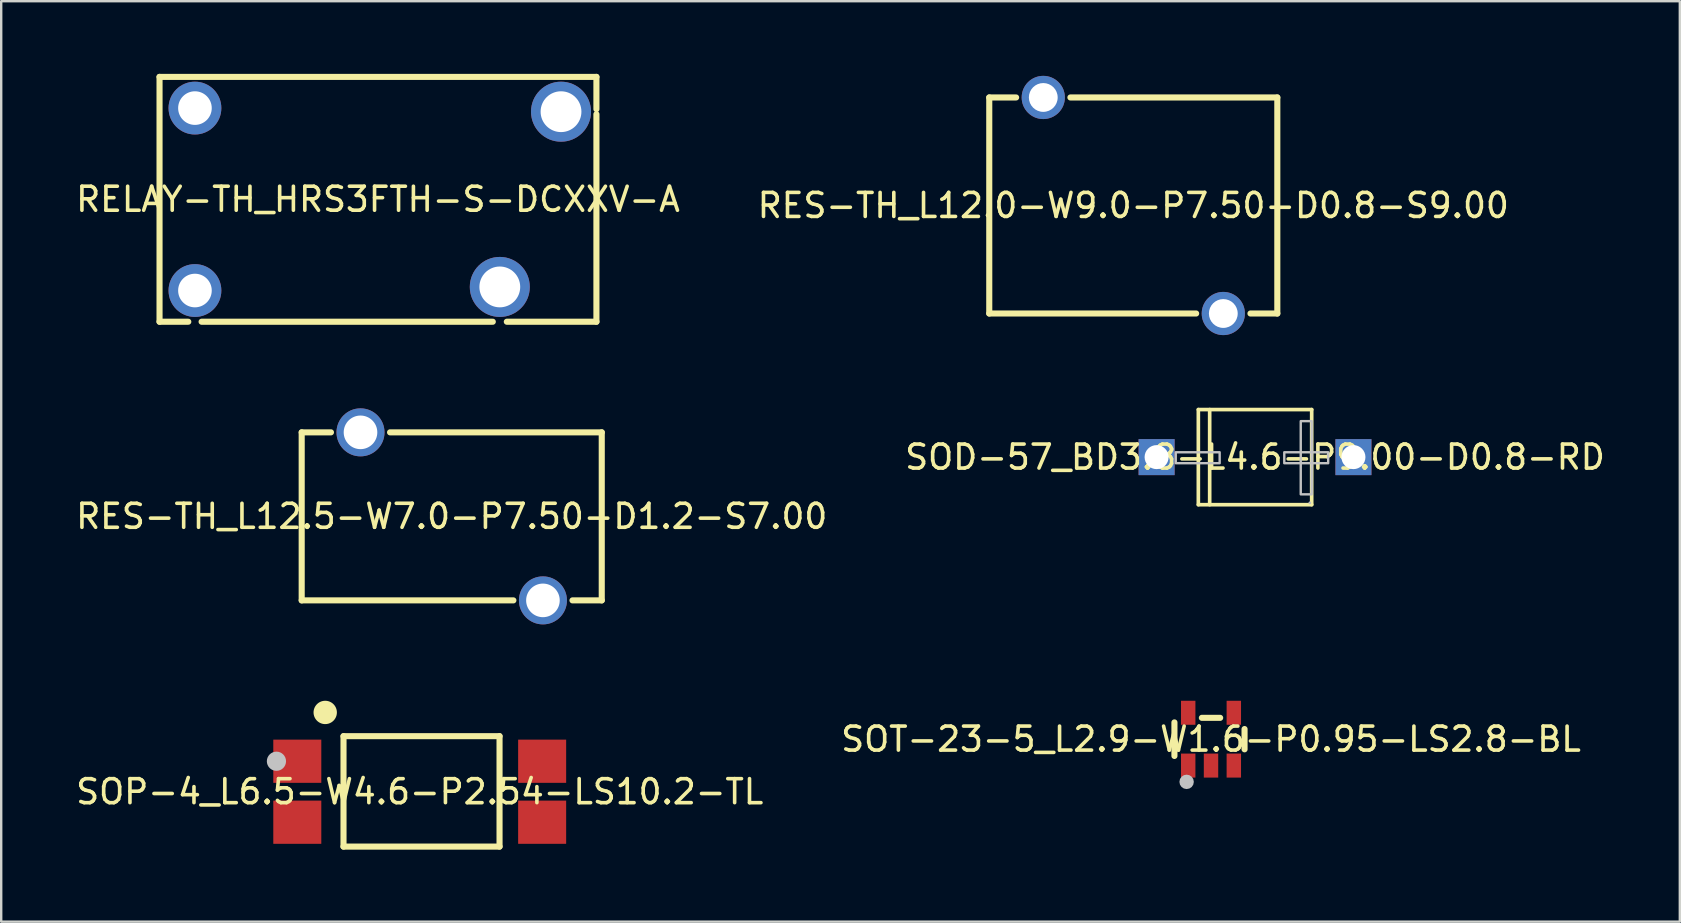
<source format=kicad_pcb>
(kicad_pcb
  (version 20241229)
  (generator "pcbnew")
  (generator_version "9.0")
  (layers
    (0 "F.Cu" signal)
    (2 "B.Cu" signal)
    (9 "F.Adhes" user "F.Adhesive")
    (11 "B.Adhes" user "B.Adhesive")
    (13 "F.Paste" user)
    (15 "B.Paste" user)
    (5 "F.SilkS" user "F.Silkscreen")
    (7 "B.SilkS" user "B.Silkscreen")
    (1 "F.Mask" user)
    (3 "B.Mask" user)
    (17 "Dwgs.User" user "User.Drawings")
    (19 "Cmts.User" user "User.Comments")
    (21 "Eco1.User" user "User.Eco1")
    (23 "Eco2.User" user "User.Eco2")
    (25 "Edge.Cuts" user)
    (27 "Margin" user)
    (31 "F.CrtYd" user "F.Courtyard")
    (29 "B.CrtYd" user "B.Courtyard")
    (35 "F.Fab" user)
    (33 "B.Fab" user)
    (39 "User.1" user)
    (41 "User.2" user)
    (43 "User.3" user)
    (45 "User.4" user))
  (footprint "RES-TH_L12.0-W9.0-P7.50-D0.8-S9.00"
    (layer "F.Cu")
    (at 44.161 5.51)
    (property "Reference" "RES-TH_L12.0-W9.0-P7.50-D0.8-S9.00" (at 0 0 0) (layer "F.SilkS") (effects (font (size 1 1) (thickness 0.15))))
    (fp_line (start -6 -4.5) (end -4.881 -4.5) (stroke (width 0.254) (type default)) (layer "F.SilkS"))
    (fp_line (start -6 4.5) (end -6 -4.5) (stroke (width 0.254) (type default)) (layer "F.SilkS"))
    (fp_line (start -2.619 -4.5) (end 6 -4.5) (stroke (width 0.254) (type default)) (layer "F.SilkS"))
    (fp_line (start 2.619 4.5) (end -6 4.5) (stroke (width 0.254) (type default)) (layer "F.SilkS"))
    (fp_line (start 6 -4.5) (end 6 4.5) (stroke (width 0.254) (type default)) (layer "F.SilkS"))
    (fp_line (start 6 4.5) (end 4.881 4.5) (stroke (width 0.254) (type default)) (layer "F.SilkS"))
    (fp_poly (pts (xy -3.25 -4.5) (xy -3.27 -4.641) (xy -3.329 -4.77) (xy -3.423 -4.878) (xy -3.542 -4.955) (xy -3.679 -4.995) (xy -3.821 -4.995) (xy -3.958 -4.955) (xy -4.077 -4.878) (xy -4.171 -4.77) (xy -4.23 -4.641) (xy -4.25 -4.5) (xy -4.23 -4.359) (xy -4.171 -4.23) (xy -4.077 -4.122) (xy -3.958 -4.045) (xy -3.821 -4.005) (xy -3.679 -4.005) (xy -3.542 -4.045) (xy -3.423 -4.122) (xy -3.329 -4.23) (xy -3.27 -4.359)) (stroke (width 0.1) (type default)) (fill no) (layer "User.1"))
    (fp_poly (pts (xy 4.25 4.5) (xy 4.23 4.359) (xy 4.171 4.23) (xy 4.077 4.122) (xy 3.958 4.045) (xy 3.821 4.005) (xy 3.679 4.005) (xy 3.542 4.045) (xy 3.423 4.122) (xy 3.329 4.23) (xy 3.27 4.359) (xy 3.25 4.5) (xy 3.27 4.641) (xy 3.329 4.77) (xy 3.423 4.878) (xy 3.542 4.955) (xy 3.679 4.995) (xy 3.821 4.995) (xy 3.958 4.955) (xy 4.077 4.878) (xy 4.171 4.77) (xy 4.23 4.641)) (stroke (width 0.1) (type default)) (fill no) (layer "User.1"))
    (fp_line (start -6.127 -5.4) (end 6.127 -5.4) (stroke (width 0.051) (type default)) (layer "User.2"))
    (fp_line (start -6.127 5.4) (end -6.127 -5.4) (stroke (width 0.051) (type default)) (layer "User.2"))
    (fp_line (start 6.127 -5.4) (end 6.127 5.4) (stroke (width 0.051) (type default)) (layer "User.2"))
    (fp_line (start 6.127 5.4) (end -6.127 5.4) (stroke (width 0.051) (type default)) (layer "User.2"))
    (fp_poly (pts (xy -6.067 -5.4) (xy -6.085 -5.442) (xy -6.127 -5.46) (xy -6.169 -5.442) (xy -6.187 -5.4) (xy -6.169 -5.358) (xy -6.127 -5.34) (xy -6.085 -5.358)) (stroke (width 0.1) (type default)) (fill no) (layer "User.3"))
    (pad "1" thru_hole circle (at -3.75 -4.5) (size 1.8 1.8) (drill 1.2) (layers "*.Cu" "*.Mask"))
    (pad "2" thru_hole circle (at 3.75 4.5) (size 1.8 1.8) (drill 1.2) (layers "*.Cu" "*.Mask")))
  (footprint "RELAY-TH_HRS3FTH-S-DCXXV-A"
    (layer "F.Cu")
    (at 12.696 5.253)
    (property "Reference" "RELAY-TH_HRS3FTH-S-DCXXV-A" (at 0 0 0) (layer "F.SilkS") (effects (font (size 1 1) (thickness 0.15))))
    (fp_line (start -9.1 -5.1) (end -9.1 5.1) (stroke (width 0.254) (type default)) (layer "F.SilkS"))
    (fp_line (start -9.1 -5.1) (end 9.1 -5.1) (stroke (width 0.254) (type default)) (layer "F.SilkS"))
    (fp_line (start -9.1 5.1) (end -7.902 5.1) (stroke (width 0.254) (type default)) (layer "F.SilkS"))
    (fp_line (start -7.348 5.1) (end 4.783 5.1) (stroke (width 0.254) (type default)) (layer "F.SilkS"))
    (fp_line (start 5.367 5.1) (end 9.1 5.1) (stroke (width 0.254) (type default)) (layer "F.SilkS"))
    (fp_line (start 9.1 -5.1) (end 9.1 -3.755) (stroke (width 0.254) (type default)) (layer "F.SilkS"))
    (fp_line (start 9.1 -3.545) (end 9.1 5.1) (stroke (width 0.254) (type default)) (layer "F.SilkS"))
    (fp_poly (pts (xy -7.025 -3.8) (xy -7.045 -3.955) (xy -7.105 -4.1) (xy -7.201 -4.224) (xy -7.325 -4.32) (xy -7.47 -4.38) (xy -7.625 -4.4) (xy -7.78 -4.38) (xy -7.925 -4.32) (xy -8.049 -4.224) (xy -8.145 -4.1) (xy -8.205 -3.955) (xy -8.225 -3.8) (xy -8.205 -3.645) (xy -8.145 -3.5) (xy -8.049 -3.376) (xy -7.925 -3.28) (xy -7.78 -3.22) (xy -7.625 -3.2) (xy -7.47 -3.22) (xy -7.325 -3.28) (xy -7.201 -3.376) (xy -7.105 -3.5) (xy -7.045 -3.645)) (stroke (width 0.1) (type default)) (fill no) (layer "User.1"))
    (fp_poly (pts (xy -7.025 3.8) (xy -7.045 3.645) (xy -7.105 3.5) (xy -7.201 3.376) (xy -7.325 3.28) (xy -7.47 3.22) (xy -7.625 3.2) (xy -7.78 3.22) (xy -7.925 3.28) (xy -8.049 3.376) (xy -8.145 3.5) (xy -8.205 3.645) (xy -8.225 3.8) (xy -8.205 3.955) (xy -8.145 4.1) (xy -8.049 4.224) (xy -7.925 4.32) (xy -7.78 4.38) (xy -7.625 4.4) (xy -7.47 4.38) (xy -7.325 4.32) (xy -7.201 4.224) (xy -7.105 4.1) (xy -7.045 3.955)) (stroke (width 0.1) (type default)) (fill no) (layer "User.1"))
    (fp_poly (pts (xy 5.825 3.65) (xy 5.806 3.483) (xy 5.751 3.325) (xy 5.661 3.182) (xy 5.543 3.064) (xy 5.4 2.974) (xy 5.242 2.919) (xy 5.075 2.9) (xy 4.908 2.919) (xy 4.75 2.974) (xy 4.607 3.064) (xy 4.489 3.182) (xy 4.399 3.325) (xy 4.344 3.483) (xy 4.325 3.65) (xy 4.344 3.817) (xy 4.399 3.975) (xy 4.489 4.118) (xy 4.607 4.236) (xy 4.75 4.326) (xy 4.908 4.381) (xy 5.075 4.4) (xy 5.242 4.381) (xy 5.4 4.326) (xy 5.543 4.236) (xy 5.661 4.118) (xy 5.751 3.975) (xy 5.806 3.817)) (stroke (width 0.1) (type default)) (fill no) (layer "User.1"))
    (fp_poly (pts (xy 8.375 -3.65) (xy 8.356 -3.817) (xy 8.301 -3.975) (xy 8.211 -4.118) (xy 8.093 -4.236) (xy 7.95 -4.326) (xy 7.792 -4.381) (xy 7.625 -4.4) (xy 7.458 -4.381) (xy 7.3 -4.326) (xy 7.157 -4.236) (xy 7.039 -4.118) (xy 6.949 -3.975) (xy 6.894 -3.817) (xy 6.875 -3.65) (xy 6.894 -3.483) (xy 6.949 -3.325) (xy 7.039 -3.182) (xy 7.157 -3.064) (xy 7.3 -2.974) (xy 7.458 -2.919) (xy 7.625 -2.9) (xy 7.792 -2.919) (xy 7.95 -2.974) (xy 8.093 -3.064) (xy 8.211 -3.182) (xy 8.301 -3.325) (xy 8.356 -3.483)) (stroke (width 0.1) (type default)) (fill no) (layer "User.1"))
    (fp_line (start -9.227 -5.227) (end 9.227 -5.227) (stroke (width 0.051) (type default)) (layer "User.2"))
    (fp_line (start -9.227 5.227) (end -9.227 -5.227) (stroke (width 0.051) (type default)) (layer "User.2"))
    (fp_line (start 9.227 -5.227) (end 9.227 5.227) (stroke (width 0.051) (type default)) (layer "User.2"))
    (fp_line (start 9.227 5.227) (end -9.227 5.227) (stroke (width 0.051) (type default)) (layer "User.2"))
    (fp_poly (pts (xy -9.167 5.227) (xy -9.185 5.185) (xy -9.227 5.167) (xy -9.269 5.185) (xy -9.287 5.227) (xy -9.269 5.269) (xy -9.227 5.287) (xy -9.185 5.269)) (stroke (width 0.1) (type default)) (fill no) (layer "User.3"))
    (pad "1" thru_hole circle (at -7.625 3.8) (size 2.2 2.2) (drill 1.4) (layers "*.Cu" "*.Mask"))
    (pad "2" thru_hole circle (at 5.075 3.65) (size 2.5 2.5) (drill 1.7) (layers "*.Cu" "*.Mask"))
    (pad "3" thru_hole circle (at 7.625 -3.65) (size 2.5 2.5) (drill 1.7) (layers "*.Cu" "*.Mask"))
    (pad "4" thru_hole circle (at -7.625 -3.8) (size 2.2 2.2) (drill 1.4) (layers "*.Cu" "*.Mask")))
  (footprint "SOP-4_L6.5-W4.6-P2.54-LS10.2-TL"
    (layer "F.Cu")
    (at 14.435 29.932)
    (property "Reference" "SOP-4_L6.5-W4.6-P2.54-LS10.2-TL" (at 0 0 0) (layer "F.SilkS") (effects (font (size 1 1) (thickness 0.15))))
    (fp_line (start -3.175 -2.314) (end 3.325 -2.314) (stroke (width 0.254) (type default)) (layer "F.SilkS"))
    (fp_line (start -3.175 2.286) (end -3.175 -2.314) (stroke (width 0.254) (type default)) (layer "F.SilkS"))
    (fp_line (start 3.325 -2.314) (end 3.325 2.286) (stroke (width 0.254) (type default)) (layer "F.SilkS"))
    (fp_line (start 3.325 2.286) (end -3.175 2.286) (stroke (width 0.254) (type default)) (layer "F.SilkS"))
    (fp_poly (pts (arc (start -4.423 -3.302) (mid -3.450999 -3.30275) (end -4.423 -3.3045))) (stroke (width 0) (type default)) (fill yes) (layer "F.SilkS"))
    (fp_circle (center -5.969 -1.27) (end -5.769 -1.27) (stroke (width 0.4) (type default)) (fill no) (layer "Dwgs.User"))
    (fp_poly (pts (xy -4.55 -0.545) (xy -5.15 -0.545) (xy -5.15 -1.995) (xy -4.55 -1.995)) (stroke (width 0.1) (type default)) (fill no) (layer "User.1"))
    (fp_poly (pts (xy -4.55 1.995) (xy -5.15 1.995) (xy -5.15 0.545) (xy -4.55 0.545)) (stroke (width 0.1) (type default)) (fill no) (layer "User.1"))
    (fp_poly (pts (xy -3.24 -0.545) (xy -4.56 -0.545) (xy -4.56 -1.995) (xy -3.24 -1.995)) (stroke (width 0.1) (type default)) (fill no) (layer "User.1"))
    (fp_poly (pts (xy -3.24 1.995) (xy -4.56 1.995) (xy -4.56 0.545) (xy -3.24 0.545)) (stroke (width 0.1) (type default)) (fill no) (layer "User.1"))
    (fp_poly (pts (xy 4.56 -0.545) (xy 3.24 -0.545) (xy 3.24 -1.995) (xy 4.56 -1.995)) (stroke (width 0.1) (type default)) (fill no) (layer "User.1"))
    (fp_poly (pts (xy 4.56 1.995) (xy 3.24 1.995) (xy 3.24 0.545) (xy 4.56 0.545)) (stroke (width 0.1) (type default)) (fill no) (layer "User.1"))
    (fp_poly (pts (xy 5.15 -0.545) (xy 4.55 -0.545) (xy 4.55 -1.995) (xy 5.15 -1.995)) (stroke (width 0.1) (type default)) (fill no) (layer "User.1"))
    (fp_poly (pts (xy 5.15 1.995) (xy 4.55 1.995) (xy 4.55 0.545) (xy 5.15 0.545)) (stroke (width 0.1) (type default)) (fill no) (layer "User.1"))
    (fp_line (start -3.25 -2.29) (end 3.25 -2.29) (stroke (width 0.051) (type default)) (layer "User.2"))
    (fp_line (start -3.25 2.29) (end -3.25 -2.29) (stroke (width 0.051) (type default)) (layer "User.2"))
    (fp_line (start 3.25 -2.29) (end 3.25 2.29) (stroke (width 0.051) (type default)) (layer "User.2"))
    (fp_line (start 3.25 2.29) (end -3.25 2.29) (stroke (width 0.051) (type default)) (layer "User.2"))
    (fp_poly (pts (xy -4.769 -2.163) (xy -4.788 -2.26) (xy -4.843 -2.343) (xy -4.926 -2.398) (xy -5.023 -2.417) (xy -5.12 -2.398) (xy -5.203 -2.343) (xy -5.258 -2.26) (xy -5.277 -2.163) (xy -5.258 -2.066) (xy -5.203 -1.983) (xy -5.12 -1.928) (xy -5.023 -1.909) (xy -4.926 -1.928) (xy -4.843 -1.983) (xy -4.788 -2.066)) (stroke (width 0.1) (type default)) (fill no) (layer "User.3"))
    (pad "1" smd rect (at -5.1 -1.27 270) (size 1.8 2) (layers "F.Cu" "F.Mask" "F.Paste"))
    (pad "2" smd rect (at -5.1 1.27 270) (size 1.8 2) (layers "F.Cu" "F.Mask" "F.Paste"))
    (pad "3" smd rect (at 5.1 1.27 270) (size 1.8 2) (layers "F.Cu" "F.Mask" "F.Paste"))
    (pad "4" smd rect (at 5.1 -1.27 270) (size 1.8 2) (layers "F.Cu" "F.Mask" "F.Paste")))
  (footprint "SOD-57_BD3.8-L4.6-P9.00-D0.8-RD"
    (layer "F.Cu")
    (at 49.232 15.993)
    (property "Reference" "SOD-57_BD3.8-L4.6-P9.00-D0.8-RD" (at 0 0 0) (layer "F.SilkS") (effects (font (size 1 1) (thickness 0.15))))
    (fp_line (start -2.361 -1.981) (end 2.361 -1.981) (stroke (width 0.152) (type default)) (layer "F.SilkS"))
    (fp_line (start -2.361 1.981) (end -2.361 -1.981) (stroke (width 0.152) (type default)) (layer "F.SilkS"))
    (fp_line (start -1.889 -1.981) (end -1.889 1.981) (stroke (width 0.152) (type default)) (layer "F.SilkS"))
    (fp_line (start 2.361 -1.981) (end 2.361 1.981) (stroke (width 0.152) (type default)) (layer "F.SilkS"))
    (fp_line (start 2.361 1.981) (end -2.361 1.981) (stroke (width 0.152) (type default)) (layer "F.SilkS"))
    (fp_circle (center 2.285 1.905) (end 2.315 1.905) (stroke (width 0.06) (type default)) (fill no) (layer "Dwgs.User"))
    (fp_poly (pts (xy -3.302 0.254) (xy -3.302 -0.203) (xy -1.473 -0.203) (xy -1.473 0.254)) (stroke (width 0.1) (type default)) (fill no) (layer "Dwgs.User"))
    (fp_poly (pts (xy 2.362 1.55) (xy 2.362 -1.498) (xy 1.905 -1.498) (xy 1.905 1.55)) (stroke (width 0.1) (type default)) (fill no) (layer "Dwgs.User"))
    (fp_poly (pts (xy 3.048 0.254) (xy 3.048 -0.203) (xy 1.219 -0.203) (xy 1.219 0.254)) (stroke (width 0.1) (type default)) (fill no) (layer "Dwgs.User"))
    (fp_poly (pts (xy -4.495 0.4) (xy -2.27 0.4) (xy -2.27 -0.4) (xy -4.495 -0.4)) (stroke (width 0.1) (type default)) (fill no) (layer "User.1"))
    (fp_poly (pts (xy 4.495 0.4) (xy 2.27 0.4) (xy 2.27 -0.4) (xy 4.495 -0.4)) (stroke (width 0.1) (type default)) (fill no) (layer "User.1"))
    (fp_poly (pts (xy -3.7 0) (xy -3.72 -0.124) (xy -3.776 -0.235) (xy -3.865 -0.324) (xy -3.976 -0.38) (xy -4.1 -0.4) (xy -4.224 -0.38) (xy -4.335 -0.324) (xy -4.424 -0.235) (xy -4.48 -0.124) (xy -4.5 0) (xy -4.48 0.124) (xy -4.424 0.235) (xy -4.335 0.324) (xy -4.224 0.38) (xy -4.1 0.4) (xy -3.976 0.38) (xy -3.865 0.324) (xy -3.776 0.235) (xy -3.72 0.124)) (stroke (width 0.1) (type default)) (fill no) (layer "User.1"))
    (fp_poly (pts (xy 4.5 0) (xy 4.48 -0.124) (xy 4.424 -0.235) (xy 4.335 -0.324) (xy 4.224 -0.38) (xy 4.1 -0.4) (xy 3.976 -0.38) (xy 3.865 -0.324) (xy 3.776 -0.235) (xy 3.72 -0.124) (xy 3.7 0) (xy 3.72 0.124) (xy 3.776 0.235) (xy 3.865 0.324) (xy 3.976 0.38) (xy 4.1 0.4) (xy 4.224 0.38) (xy 4.335 0.324) (xy 4.424 0.235) (xy 4.48 0.124)) (stroke (width 0.1) (type default)) (fill no) (layer "User.1"))
    (fp_line (start -2.285 -1.905) (end -2.285 1.905) (stroke (width 0.051) (type default)) (layer "User.2"))
    (fp_line (start -2.285 1.905) (end 2.285 1.905) (stroke (width 0.051) (type default)) (layer "User.2"))
    (fp_line (start 2.285 -1.905) (end -2.285 -1.905) (stroke (width 0.051) (type default)) (layer "User.2"))
    (fp_line (start 2.285 1.905) (end 2.285 -1.905) (stroke (width 0.051) (type default)) (layer "User.2"))
    (fp_poly (pts (xy -4.44 1.905) (xy -4.458 1.863) (xy -4.5 1.845) (xy -4.542 1.863) (xy -4.56 1.905) (xy -4.542 1.947) (xy -4.5 1.965) (xy -4.458 1.947)) (stroke (width 0.1) (type default)) (fill no) (layer "User.3"))
    (pad "1" thru_hole rect (at -4.1 0) (size 1.5 1.5) (drill 1) (layers "*.Cu" "*.Mask"))
    (pad "2" thru_hole rect (at 4.1 0 180) (size 1.5 1.5) (drill 1) (layers "*.Cu" "*.Mask")))
  (footprint "RES-TH_L12.5-W7.0-P7.50-D1.2-S7.00"
    (layer "F.Cu")
    (at 15.768 18.461)
    (property "Reference" "RES-TH_L12.5-W7.0-P7.50-D1.2-S7.00" (at 0 0 0) (layer "F.SilkS") (effects (font (size 1 1) (thickness 0.15))))
    (fp_line (start -6.25 -3.5) (end -6.25 3.5) (stroke (width 0.254) (type default)) (layer "F.SilkS"))
    (fp_line (start -6.25 3.5) (end 2.569 3.5) (stroke (width 0.254) (type default)) (layer "F.SilkS"))
    (fp_line (start -5.031 -3.5) (end -6.25 -3.5) (stroke (width 0.254) (type default)) (layer "F.SilkS"))
    (fp_line (start 5.031 3.5) (end 6.25 3.5) (stroke (width 0.254) (type default)) (layer "F.SilkS"))
    (fp_line (start 6.25 -3.5) (end -2.569 -3.5) (stroke (width 0.254) (type default)) (layer "F.SilkS"))
    (fp_line (start 6.25 3.5) (end 6.25 -3.5) (stroke (width 0.254) (type default)) (layer "F.SilkS"))
    (fp_poly (pts (xy -3.2 -3.5) (xy -3.22 -3.655) (xy -3.28 -3.8) (xy -3.376 -3.924) (xy -3.5 -4.02) (xy -3.645 -4.08) (xy -3.8 -4.1) (xy -3.955 -4.08) (xy -4.1 -4.02) (xy -4.224 -3.924) (xy -4.32 -3.8) (xy -4.38 -3.655) (xy -4.4 -3.5) (xy -4.38 -3.345) (xy -4.32 -3.2) (xy -4.224 -3.076) (xy -4.1 -2.98) (xy -3.955 -2.92) (xy -3.8 -2.9) (xy -3.645 -2.92) (xy -3.5 -2.98) (xy -3.376 -3.076) (xy -3.28 -3.2) (xy -3.22 -3.345)) (stroke (width 0.1) (type default)) (fill no) (layer "User.1"))
    (fp_poly (pts (xy 4.4 3.5) (xy 4.38 3.345) (xy 4.32 3.2) (xy 4.224 3.076) (xy 4.1 2.98) (xy 3.955 2.92) (xy 3.8 2.9) (xy 3.645 2.92) (xy 3.5 2.98) (xy 3.376 3.076) (xy 3.28 3.2) (xy 3.22 3.345) (xy 3.2 3.5) (xy 3.22 3.655) (xy 3.28 3.8) (xy 3.376 3.924) (xy 3.5 4.02) (xy 3.645 4.08) (xy 3.8 4.1) (xy 3.955 4.08) (xy 4.1 4.02) (xy 4.224 3.924) (xy 4.32 3.8) (xy 4.38 3.655)) (stroke (width 0.1) (type default)) (fill no) (layer "User.1"))
    (fp_line (start -6.377 -4.5) (end 6.377 -4.5) (stroke (width 0.051) (type default)) (layer "User.2"))
    (fp_line (start -6.377 4.5) (end -6.377 -4.5) (stroke (width 0.051) (type default)) (layer "User.2"))
    (fp_line (start 6.377 -4.5) (end 6.377 4.5) (stroke (width 0.051) (type default)) (layer "User.2"))
    (fp_line (start 6.377 4.5) (end -6.377 4.5) (stroke (width 0.051) (type default)) (layer "User.2"))
    (fp_poly (pts (xy -6.287 4.572) (xy -6.305 4.53) (xy -6.347 4.512) (xy -6.389 4.53) (xy -6.407 4.572) (xy -6.389 4.614) (xy -6.347 4.632) (xy -6.305 4.614)) (stroke (width 0.1) (type default)) (fill no) (layer "User.3"))
    (pad "1" thru_hole circle (at 3.8 3.5) (size 2 2) (drill 1.4) (layers "*.Cu" "*.Mask"))
    (pad "2" thru_hole circle (at -3.8 -3.5) (size 2 2) (drill 1.4) (layers "*.Cu" "*.Mask")))
  (footprint "SOT-23-5_L2.9-W1.6-P0.95-LS2.8-BL"
    (layer "F.Cu")
    (at 47.399 27.743)
    (property "Reference" "SOT-23-5_L2.9-W1.6-P0.95-LS2.8-BL" (at 0 0 0) (layer "F.SilkS") (effects (font (size 1 1) (thickness 0.15))))
    (fp_line (start -1.524 -0.699) (end -1.524 0.699) (stroke (width 0.254) (type default)) (layer "F.SilkS"))
    (fp_line (start -0.381 -0.889) (end 0.381 -0.889) (stroke (width 0.254) (type default)) (layer "F.SilkS"))
    (fp_line (start 1.397 -0.422) (end 1.397 0.422) (stroke (width 0.254) (type default)) (layer "F.SilkS"))
    (fp_circle (center -1.016 1.778) (end -0.866 1.778) (stroke (width 0.3) (type default)) (fill no) (layer "Dwgs.User"))
    (fp_poly (pts (xy -1.15 -0.95) (xy -1.15 -1.4) (xy -0.75 -1.4) (xy -0.75 -0.95)) (stroke (width 0.1) (type default)) (fill no) (layer "User.1"))
    (fp_poly (pts (xy -1.15 -0.79) (xy -1.15 -0.96) (xy -0.75 -0.96) (xy -0.75 -0.79)) (stroke (width 0.1) (type default)) (fill no) (layer "User.1"))
    (fp_poly (pts (xy -1.15 0.96) (xy -1.15 0.79) (xy -0.75 0.79) (xy -0.75 0.96)) (stroke (width 0.1) (type default)) (fill no) (layer "User.1"))
    (fp_poly (pts (xy -1.15 1.4) (xy -1.15 0.95) (xy -0.75 0.95) (xy -0.75 1.4)) (stroke (width 0.1) (type default)) (fill no) (layer "User.1"))
    (fp_poly (pts (xy -0.2 0.96) (xy -0.2 0.79) (xy 0.2 0.79) (xy 0.2 0.96)) (stroke (width 0.1) (type default)) (fill no) (layer "User.1"))
    (fp_poly (pts (xy -0.2 1.4) (xy -0.2 0.95) (xy 0.2 0.95) (xy 0.2 1.4)) (stroke (width 0.1) (type default)) (fill no) (layer "User.1"))
    (fp_poly (pts (xy 0.75 -0.95) (xy 0.75 -1.4) (xy 1.15 -1.4) (xy 1.15 -0.95)) (stroke (width 0.1) (type default)) (fill no) (layer "User.1"))
    (fp_poly (pts (xy 0.75 -0.79) (xy 0.75 -0.96) (xy 1.15 -0.96) (xy 1.15 -0.79)) (stroke (width 0.1) (type default)) (fill no) (layer "User.1"))
    (fp_poly (pts (xy 0.75 0.96) (xy 0.75 0.79) (xy 1.15 0.79) (xy 1.15 0.96)) (stroke (width 0.1) (type default)) (fill no) (layer "User.1"))
    (fp_poly (pts (xy 0.75 1.4) (xy 0.75 0.95) (xy 1.15 0.95) (xy 1.15 1.4)) (stroke (width 0.1) (type default)) (fill no) (layer "User.1"))
    (fp_line (start -1.45 -0.8) (end 1.45 -0.8) (stroke (width 0.051) (type default)) (layer "User.2"))
    (fp_line (start -1.45 0.8) (end -1.45 -0.8) (stroke (width 0.051) (type default)) (layer "User.2"))
    (fp_line (start 1.45 -0.8) (end 1.45 0.8) (stroke (width 0.051) (type default)) (layer "User.2"))
    (fp_line (start 1.45 0.8) (end -1.45 0.8) (stroke (width 0.051) (type default)) (layer "User.2"))
    (fp_poly (pts (xy -1.39 1.4) (xy -1.408 1.358) (xy -1.45 1.34) (xy -1.492 1.358) (xy -1.51 1.4) (xy -1.492 1.442) (xy -1.45 1.46) (xy -1.408 1.442)) (stroke (width 0.1) (type default)) (fill no) (layer "User.3"))
    (pad "1" smd rect (at -0.95 1.1) (size 0.6 1) (layers "F.Cu" "F.Mask" "F.Paste"))
    (pad "2" smd rect (at 0 1.1) (size 0.6 1) (layers "F.Cu" "F.Mask" "F.Paste"))
    (pad "3" smd rect (at 0.95 1.1) (size 0.6 1) (layers "F.Cu" "F.Mask" "F.Paste"))
    (pad "4" smd rect (at 0.95 -1.1) (size 0.6 1) (layers "F.Cu" "F.Mask" "F.Paste"))
    (pad "5" smd rect (at -0.95 -1.1) (size 0.6 1) (layers "F.Cu" "F.Mask" "F.Paste")))
  (gr_rect
    (start -3 -3)
    (end 66.929 35.345)
    (stroke (width 0.1) (type default))
    (fill no)
    (layer "Edge.Cuts")))
</source>
